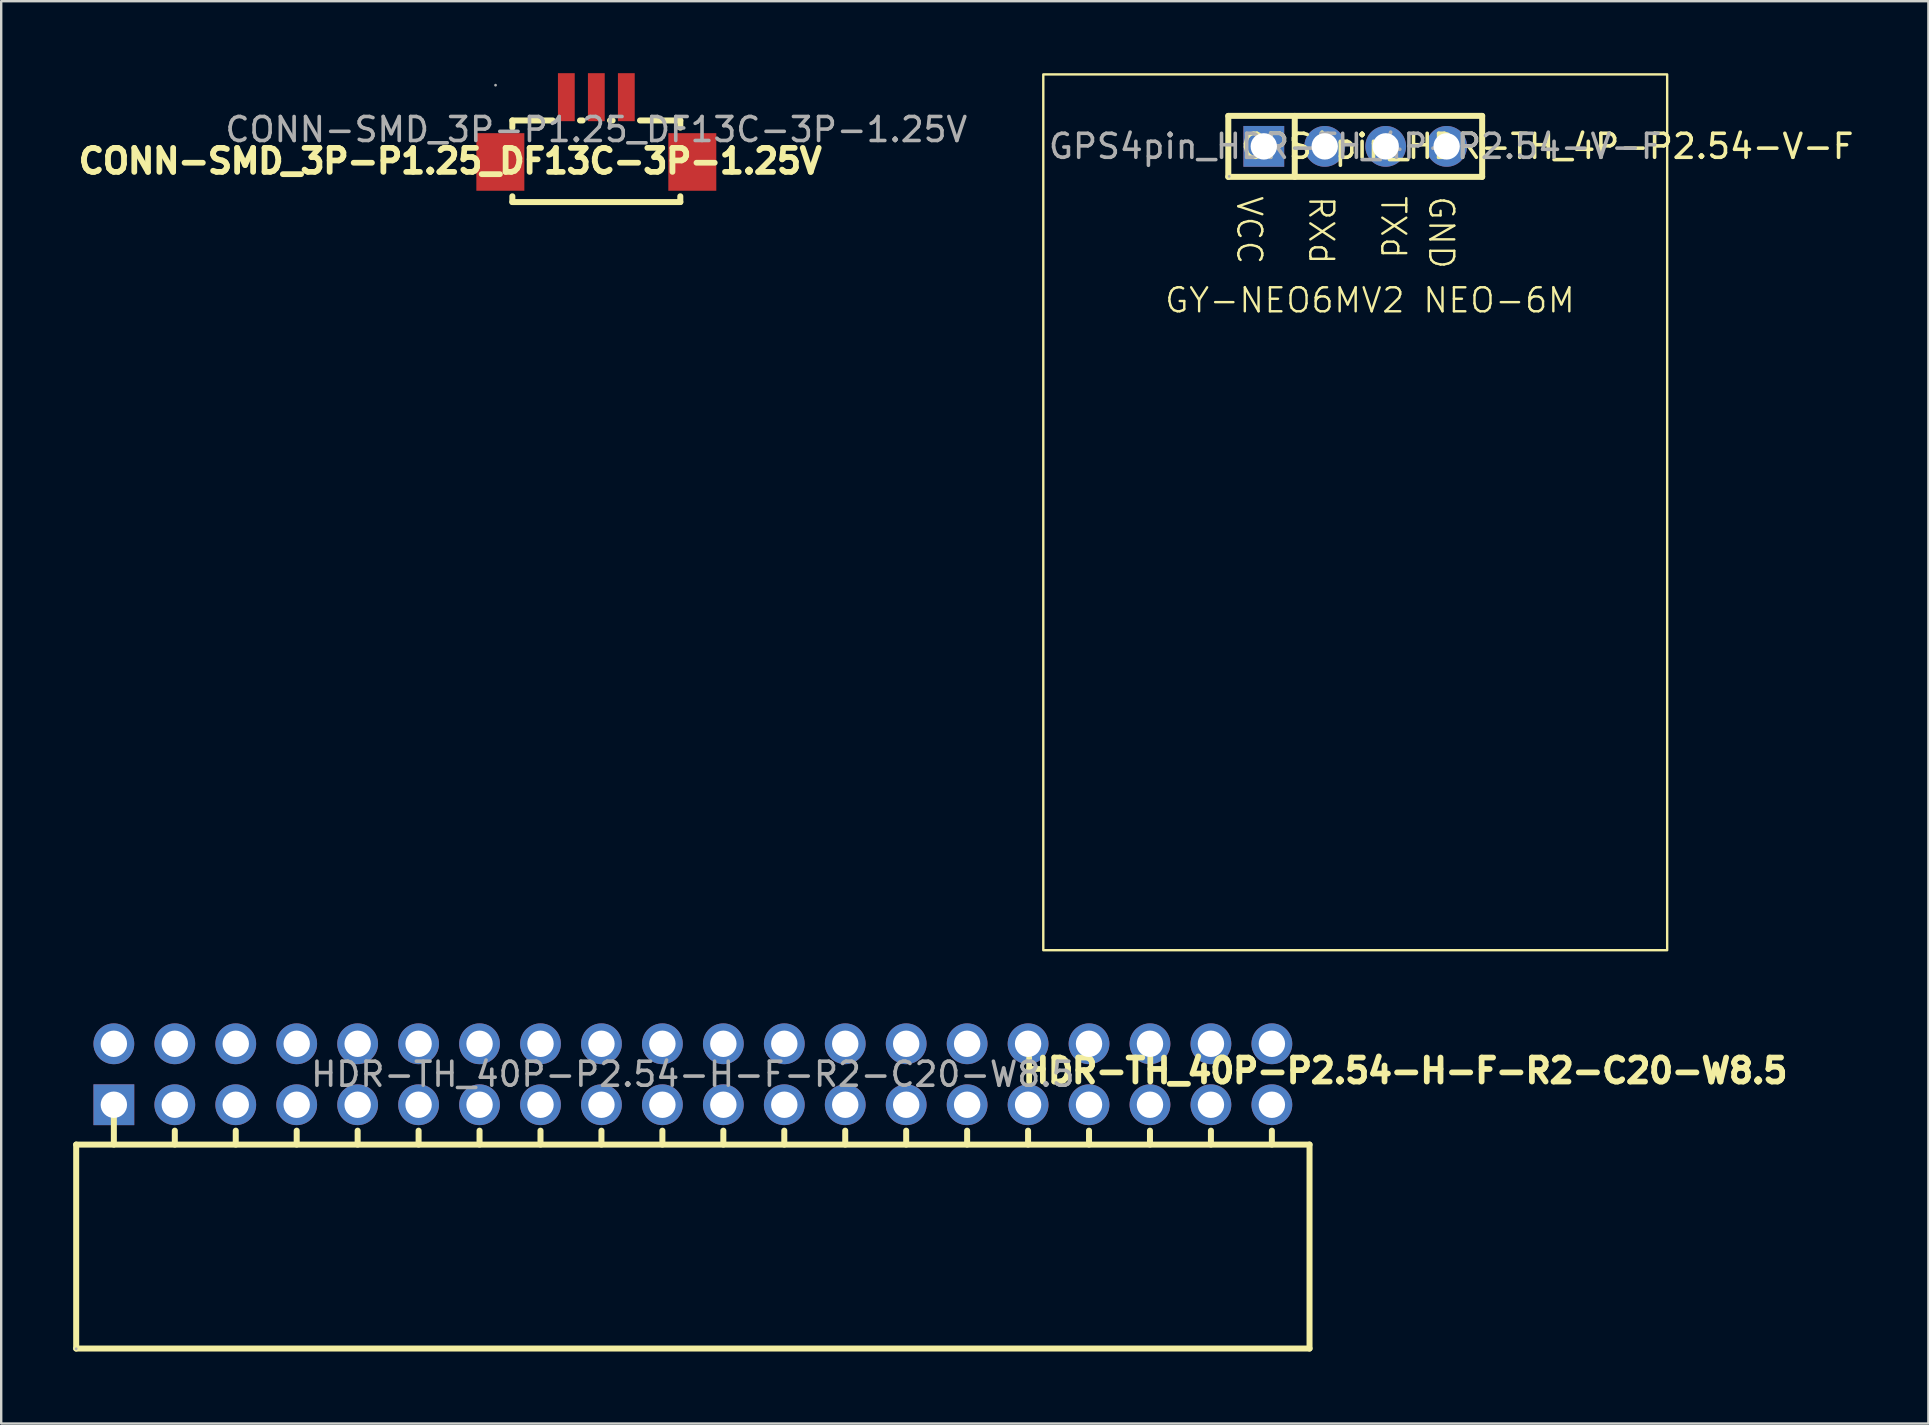
<source format=kicad_pcb>
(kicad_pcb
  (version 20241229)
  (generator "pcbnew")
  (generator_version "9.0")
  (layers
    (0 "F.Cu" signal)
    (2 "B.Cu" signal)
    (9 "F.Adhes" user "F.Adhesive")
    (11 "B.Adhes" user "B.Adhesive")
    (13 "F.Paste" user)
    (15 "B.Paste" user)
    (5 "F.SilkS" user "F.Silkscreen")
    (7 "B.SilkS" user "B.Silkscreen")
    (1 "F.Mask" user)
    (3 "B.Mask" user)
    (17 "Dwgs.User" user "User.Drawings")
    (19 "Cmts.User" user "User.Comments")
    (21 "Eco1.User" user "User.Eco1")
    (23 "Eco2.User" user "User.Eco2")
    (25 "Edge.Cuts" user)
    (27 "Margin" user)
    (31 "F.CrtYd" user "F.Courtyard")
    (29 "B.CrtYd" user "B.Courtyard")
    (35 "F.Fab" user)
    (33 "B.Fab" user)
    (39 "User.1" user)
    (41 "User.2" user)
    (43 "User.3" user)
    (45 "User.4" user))
  (footprint "CONN-SMD_3P-P1.25_DF13C-3P-1.25V"
    (layer "F.Cu")
    (at 21.802 2.35)
    (property "Reference" "CONN-SMD_3P-P1.25_DF13C-3P-1.25V" (at -6.089 1.313 0) (layer "F.SilkS") (effects (font (size 1 1) (thickness 0.24))))
    (attr through_hole)
    (fp_line (start -3.5 -0.38) (end -3.5 -0.08) (stroke (width 0.25) (type solid)) (layer "F.SilkS"))
    (fp_line (start -3.5 -0.38) (end -1.82 -0.38) (stroke (width 0.25) (type solid)) (layer "F.SilkS"))
    (fp_line (start -3.5 2.78) (end -3.5 3.02) (stroke (width 0.25) (type solid)) (layer "F.SilkS"))
    (fp_line (start -3.5 3.02) (end 3.5 3.02) (stroke (width 0.25) (type solid)) (layer "F.SilkS"))
    (fp_line (start -0.68 -0.38) (end -0.57 -0.38) (stroke (width 0.25) (type solid)) (layer "F.SilkS"))
    (fp_line (start 0.57 -0.38) (end 0.68 -0.38) (stroke (width 0.25) (type solid)) (layer "F.SilkS"))
    (fp_line (start 1.82 -0.38) (end 3.5 -0.38) (stroke (width 0.25) (type solid)) (layer "F.SilkS"))
    (fp_line (start 3.5 -0.38) (end 3.5 -0.08) (stroke (width 0.25) (type solid)) (layer "F.SilkS"))
    (fp_line (start 3.5 2.78) (end 3.5 3.02) (stroke (width 0.25) (type solid)) (layer "F.SilkS"))
    (fp_circle (center -4.2 -1.85) (end -4.17 -1.85) (stroke (width 0.06) (type solid)) (fill no) (layer "F.Fab"))
    (fp_text user "${REFERENCE}" (at 0 0 180) (layer "F.Fab") (effects (font (size 1 1) (thickness 0.15))))
    (pad "1" smd rect (at -1.25 -1.35 90) (size 2 0.7) (layers "F.Cu" "F.Mask" "F.Paste"))
    (pad "2" smd rect (at 0 -1.35 90) (size 2 0.7) (layers "F.Cu" "F.Mask" "F.Paste"))
    (pad "3" smd rect (at 1.25 -1.35 90) (size 2 0.7) (layers "F.Cu" "F.Mask" "F.Paste"))
    (pad "4" smd rect (at 4 1.35 180) (size 2 2.4) (layers "F.Cu" "F.Mask" "F.Paste"))
    (pad "5" smd rect (at -4 1.35 180) (size 2 2.4) (layers "F.Cu" "F.Mask" "F.Paste")))
  (footprint "GPS4pin_HDR-TH_4P-P2.54-V-F"
    (layer "F.Cu")
    (at 53.429 3.05)
    (property "Reference" "GPS4pin_HDR-TH_4P-P2.54-V-F" (at 8 0 0) (layer "F.SilkS") (effects (font (size 1 1) (thickness 0.15))))
    (attr through_hole)
    (fp_line (start -5.29 -1.27) (end -5.29 1.27) (stroke (width 0.25) (type solid)) (layer "F.SilkS"))
    (fp_line (start -5.29 -1.27) (end 5.29 -1.27) (stroke (width 0.25) (type solid)) (layer "F.SilkS"))
    (fp_line (start -5.29 1.27) (end 5.29 1.27) (stroke (width 0.25) (type solid)) (layer "F.SilkS"))
    (fp_line (start -2.52 -1.27) (end -2.52 1.27) (stroke (width 0.25) (type solid)) (layer "F.SilkS"))
    (fp_line (start 5.29 -1.27) (end 5.29 1.27) (stroke (width 0.25) (type solid)) (layer "F.SilkS"))
    (fp_rect (start -13 -3) (end 13 33.5) (stroke (width 0.1) (type solid)) (fill no) (layer "F.SilkS"))
    (fp_circle (center -5.25 1.25) (end -5.22 1.25) (stroke (width 0.06) (type solid)) (fill no) (layer "F.Fab"))
    (fp_text user "RXd" (at -2 2 270) (unlocked yes) (layer "F.SilkS") (effects (font (size 1 1) (thickness 0.1)) (justify left bottom)))
    (fp_text user "TXd" (at 1 2 270) (unlocked yes) (layer "F.SilkS") (effects (font (size 1 1) (thickness 0.1)) (justify left bottom)))
    (fp_text user "GND" (at 3 2 270) (unlocked yes) (layer "F.SilkS") (effects (font (size 1 1) (thickness 0.1)) (justify left bottom)))
    (fp_text user "VCC" (at -5 2 270) (unlocked yes) (layer "F.SilkS") (effects (font (size 1 1) (thickness 0.1)) (justify left bottom)))
    (fp_text user "GY-NEO6MV2 NEO-6M " (at -8 7 0) (unlocked yes) (layer "F.SilkS") (effects (font (size 1 1) (thickness 0.1)) (justify left bottom)))
    (fp_text user "${REFERENCE}" (at 0 0 0) (layer "F.Fab") (effects (font (size 1 1) (thickness 0.15))))
    (pad "1" thru_hole rect (at -3.81 0) (size 1.7 1.7) (drill 1.1) (layers "*.Cu" "*.Mask"))
    (pad "2" thru_hole circle (at -1.27 0) (size 1.7 1.7) (drill 1.1) (layers "*.Cu" "*.Mask"))
    (pad "3" thru_hole circle (at 1.27 0) (size 1.7 1.7) (drill 1.1) (layers "*.Cu" "*.Mask"))
    (pad "4" thru_hole circle (at 3.81 0) (size 1.7 1.7) (drill 1.1) (layers "*.Cu" "*.Mask")))
  (footprint "HDR-TH_40P-P2.54-H-F-R2-C20-W8.5"
    (layer "F.Cu")
    (at 25.825 41.72)
    (property "Reference" "HDR-TH_40P-P2.54-H-F-R2-C20-W8.5" (at 29.682 -0.147 0) (layer "F.SilkS") (effects (font (size 1 1) (thickness 0.24))))
    (attr through_hole)
    (fp_line (start -25.7 2.93) (end 25.7 2.93) (stroke (width 0.25) (type solid)) (layer "F.SilkS"))
    (fp_line (start -25.7 11.43) (end -25.7 2.93) (stroke (width 0.25) (type solid)) (layer "F.SilkS"))
    (fp_line (start -25.7 11.43) (end 25.7 11.43) (stroke (width 0.25) (type solid)) (layer "F.SilkS"))
    (fp_line (start -24.13 1.4) (end -24.13 2.93) (stroke (width 0.25) (type solid)) (layer "F.SilkS"))
    (fp_line (start -21.59 2.35) (end -21.59 2.93) (stroke (width 0.25) (type solid)) (layer "F.SilkS"))
    (fp_line (start -19.05 2.35) (end -19.05 2.93) (stroke (width 0.25) (type solid)) (layer "F.SilkS"))
    (fp_line (start -16.51 2.35) (end -16.51 2.93) (stroke (width 0.25) (type solid)) (layer "F.SilkS"))
    (fp_line (start -13.97 2.35) (end -13.97 2.93) (stroke (width 0.25) (type solid)) (layer "F.SilkS"))
    (fp_line (start -11.43 2.35) (end -11.43 2.93) (stroke (width 0.25) (type solid)) (layer "F.SilkS"))
    (fp_line (start -8.89 2.35) (end -8.89 2.93) (stroke (width 0.25) (type solid)) (layer "F.SilkS"))
    (fp_line (start -6.35 2.35) (end -6.35 2.93) (stroke (width 0.25) (type solid)) (layer "F.SilkS"))
    (fp_line (start -3.81 2.35) (end -3.81 2.93) (stroke (width 0.25) (type solid)) (layer "F.SilkS"))
    (fp_line (start -1.27 2.35) (end -1.27 2.93) (stroke (width 0.25) (type solid)) (layer "F.SilkS"))
    (fp_line (start 1.27 2.35) (end 1.27 2.93) (stroke (width 0.25) (type solid)) (layer "F.SilkS"))
    (fp_line (start 3.81 2.35) (end 3.81 2.93) (stroke (width 0.25) (type solid)) (layer "F.SilkS"))
    (fp_line (start 6.35 2.35) (end 6.35 2.93) (stroke (width 0.25) (type solid)) (layer "F.SilkS"))
    (fp_line (start 8.89 2.35) (end 8.89 2.93) (stroke (width 0.25) (type solid)) (layer "F.SilkS"))
    (fp_line (start 11.43 2.35) (end 11.43 2.93) (stroke (width 0.25) (type solid)) (layer "F.SilkS"))
    (fp_line (start 13.97 2.35) (end 13.97 2.93) (stroke (width 0.25) (type solid)) (layer "F.SilkS"))
    (fp_line (start 16.51 2.35) (end 16.51 2.93) (stroke (width 0.25) (type solid)) (layer "F.SilkS"))
    (fp_line (start 19.05 2.35) (end 19.05 2.93) (stroke (width 0.25) (type solid)) (layer "F.SilkS"))
    (fp_line (start 21.59 2.35) (end 21.59 2.93) (stroke (width 0.25) (type solid)) (layer "F.SilkS"))
    (fp_line (start 24.13 2.35) (end 24.13 2.93) (stroke (width 0.25) (type solid)) (layer "F.SilkS"))
    (fp_line (start 25.7 11.43) (end 25.7 2.93) (stroke (width 0.25) (type solid)) (layer "F.SilkS"))
    (fp_circle (center -25.7 11.44) (end -25.67 11.44) (stroke (width 0.06) (type solid)) (fill no) (layer "F.Fab"))
    (fp_text user "${REFERENCE}" (at 0 0 0) (layer "F.Fab") (effects (font (size 1 1) (thickness 0.15))))
    (pad "1" thru_hole rect (at -24.13 1.27) (size 1.7 1.7) (drill 1.1) (layers "*.Cu" "*.Mask"))
    (pad "2" thru_hole circle (at -24.13 -1.27) (size 1.7 1.7) (drill 1.1) (layers "*.Cu" "*.Mask"))
    (pad "3" thru_hole circle (at -21.59 1.27) (size 1.7 1.7) (drill 1.1) (layers "*.Cu" "*.Mask"))
    (pad "4" thru_hole circle (at -21.59 -1.27) (size 1.7 1.7) (drill 1.1) (layers "*.Cu" "*.Mask"))
    (pad "5" thru_hole circle (at -19.05 1.27) (size 1.7 1.7) (drill 1.1) (layers "*.Cu" "*.Mask"))
    (pad "6" thru_hole circle (at -19.05 -1.27) (size 1.7 1.7) (drill 1.1) (layers "*.Cu" "*.Mask"))
    (pad "7" thru_hole circle (at -16.51 1.27) (size 1.7 1.7) (drill 1.1) (layers "*.Cu" "*.Mask"))
    (pad "8" thru_hole circle (at -16.51 -1.27) (size 1.7 1.7) (drill 1.1) (layers "*.Cu" "*.Mask"))
    (pad "9" thru_hole circle (at -13.97 1.27) (size 1.7 1.7) (drill 1.1) (layers "*.Cu" "*.Mask"))
    (pad "10" thru_hole circle (at -13.97 -1.27) (size 1.7 1.7) (drill 1.1) (layers "*.Cu" "*.Mask"))
    (pad "11" thru_hole circle (at -11.43 1.27) (size 1.7 1.7) (drill 1.1) (layers "*.Cu" "*.Mask"))
    (pad "12" thru_hole circle (at -11.43 -1.27) (size 1.7 1.7) (drill 1.1) (layers "*.Cu" "*.Mask"))
    (pad "13" thru_hole circle (at -8.89 1.27) (size 1.7 1.7) (drill 1.1) (layers "*.Cu" "*.Mask"))
    (pad "14" thru_hole circle (at -8.89 -1.27) (size 1.7 1.7) (drill 1.1) (layers "*.Cu" "*.Mask"))
    (pad "15" thru_hole circle (at -6.35 1.27) (size 1.7 1.7) (drill 1.1) (layers "*.Cu" "*.Mask"))
    (pad "16" thru_hole circle (at -6.35 -1.27) (size 1.7 1.7) (drill 1.1) (layers "*.Cu" "*.Mask"))
    (pad "17" thru_hole circle (at -3.81 1.27) (size 1.7 1.7) (drill 1.1) (layers "*.Cu" "*.Mask"))
    (pad "18" thru_hole circle (at -3.81 -1.27) (size 1.7 1.7) (drill 1.1) (layers "*.Cu" "*.Mask"))
    (pad "19" thru_hole circle (at -1.27 1.27) (size 1.7 1.7) (drill 1.1) (layers "*.Cu" "*.Mask"))
    (pad "20" thru_hole circle (at -1.27 -1.27) (size 1.7 1.7) (drill 1.1) (layers "*.Cu" "*.Mask"))
    (pad "21" thru_hole circle (at 1.27 1.27) (size 1.7 1.7) (drill 1.1) (layers "*.Cu" "*.Mask"))
    (pad "22" thru_hole circle (at 1.27 -1.27) (size 1.7 1.7) (drill 1.1) (layers "*.Cu" "*.Mask"))
    (pad "23" thru_hole circle (at 3.81 1.27) (size 1.7 1.7) (drill 1.1) (layers "*.Cu" "*.Mask"))
    (pad "24" thru_hole circle (at 3.81 -1.27) (size 1.7 1.7) (drill 1.1) (layers "*.Cu" "*.Mask"))
    (pad "25" thru_hole circle (at 6.35 1.27) (size 1.7 1.7) (drill 1.1) (layers "*.Cu" "*.Mask"))
    (pad "26" thru_hole circle (at 6.35 -1.27) (size 1.7 1.7) (drill 1.1) (layers "*.Cu" "*.Mask"))
    (pad "27" thru_hole circle (at 8.89 1.27) (size 1.7 1.7) (drill 1.1) (layers "*.Cu" "*.Mask"))
    (pad "28" thru_hole circle (at 8.89 -1.27) (size 1.7 1.7) (drill 1.1) (layers "*.Cu" "*.Mask"))
    (pad "29" thru_hole circle (at 11.43 1.27) (size 1.7 1.7) (drill 1.1) (layers "*.Cu" "*.Mask"))
    (pad "30" thru_hole circle (at 11.43 -1.27) (size 1.7 1.7) (drill 1.1) (layers "*.Cu" "*.Mask"))
    (pad "31" thru_hole circle (at 13.97 1.27) (size 1.7 1.7) (drill 1.1) (layers "*.Cu" "*.Mask"))
    (pad "32" thru_hole circle (at 13.97 -1.27) (size 1.7 1.7) (drill 1.1) (layers "*.Cu" "*.Mask"))
    (pad "33" thru_hole circle (at 16.51 1.27) (size 1.7 1.7) (drill 1.1) (layers "*.Cu" "*.Mask"))
    (pad "34" thru_hole circle (at 16.51 -1.27) (size 1.7 1.7) (drill 1.1) (layers "*.Cu" "*.Mask"))
    (pad "35" thru_hole circle (at 19.05 1.27) (size 1.7 1.7) (drill 1.1) (layers "*.Cu" "*.Mask"))
    (pad "36" thru_hole circle (at 19.05 -1.27) (size 1.7 1.7) (drill 1.1) (layers "*.Cu" "*.Mask"))
    (pad "37" thru_hole circle (at 21.59 1.27) (size 1.7 1.7) (drill 1.1) (layers "*.Cu" "*.Mask"))
    (pad "38" thru_hole circle (at 21.59 -1.27) (size 1.7 1.7) (drill 1.1) (layers "*.Cu" "*.Mask"))
    (pad "39" thru_hole circle (at 24.13 1.27) (size 1.7 1.7) (drill 1.1) (layers "*.Cu" "*.Mask"))
    (pad "40" thru_hole circle (at 24.13 -1.27) (size 1.7 1.7) (drill 1.1) (layers "*.Cu" "*.Mask")))
  (gr_rect
    (start -3 -3)
    (end 77.316 56.275)
    (stroke (width 0.1) (type default))
    (fill no)
    (layer "Edge.Cuts")))
</source>
